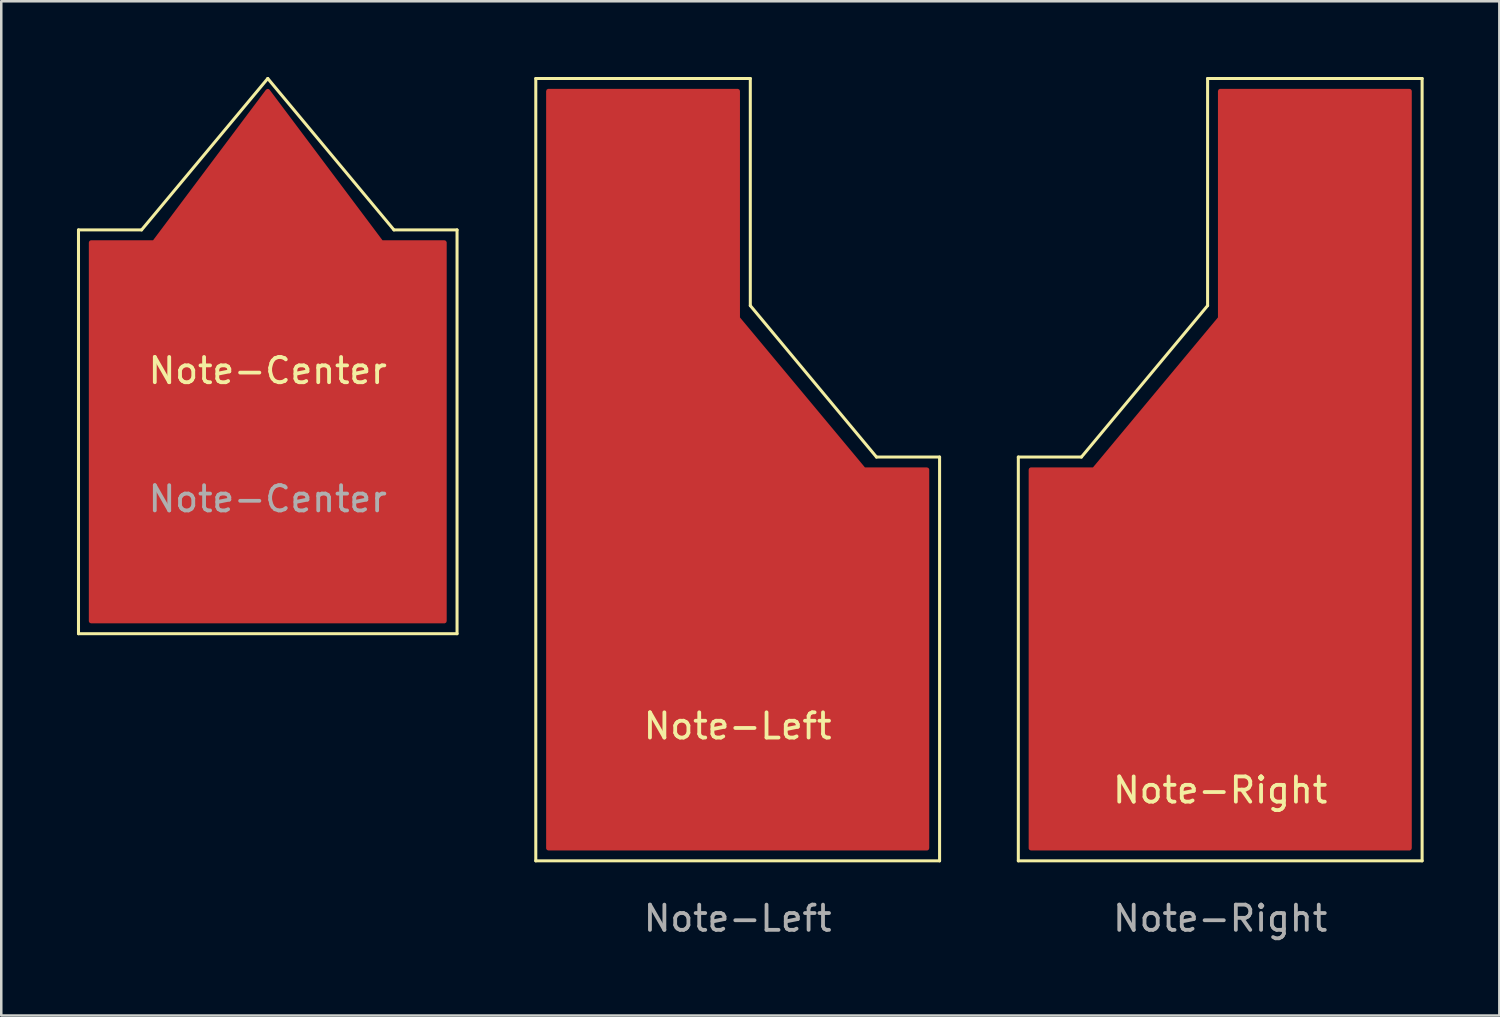
<source format=kicad_pcb>
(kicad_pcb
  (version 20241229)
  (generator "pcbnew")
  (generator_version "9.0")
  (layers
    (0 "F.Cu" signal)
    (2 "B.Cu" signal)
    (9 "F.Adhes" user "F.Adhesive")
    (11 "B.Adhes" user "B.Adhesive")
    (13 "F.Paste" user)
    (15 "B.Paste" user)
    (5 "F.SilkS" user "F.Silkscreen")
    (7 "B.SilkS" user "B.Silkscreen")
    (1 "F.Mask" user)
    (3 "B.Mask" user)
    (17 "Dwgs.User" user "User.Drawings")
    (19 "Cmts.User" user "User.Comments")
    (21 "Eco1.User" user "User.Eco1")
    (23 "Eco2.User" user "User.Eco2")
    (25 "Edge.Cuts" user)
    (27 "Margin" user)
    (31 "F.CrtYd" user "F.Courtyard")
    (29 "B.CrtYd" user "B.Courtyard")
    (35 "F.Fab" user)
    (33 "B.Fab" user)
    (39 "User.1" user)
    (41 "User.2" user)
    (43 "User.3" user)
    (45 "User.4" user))
  (footprint "Note-Center"
    (layer "F.Cu")
    (at 7.56 6.56)
    (property "Reference" "Note-Center" (at 0 5.08 0) (unlocked yes) (layer "F.SilkS") (effects (font (size 1 1) (thickness 0.15))))
    (attr smd)
    (fp_line (start -7.5 -0.5) (end -5 -0.5) (stroke (width 0.12) (type solid)) (layer "F.SilkS"))
    (fp_line (start -7.5 15.5) (end -7.5 -0.5) (stroke (width 0.12) (type solid)) (layer "F.SilkS"))
    (fp_line (start -7.5 15.5) (end 7.5 15.5) (stroke (width 0.12) (type solid)) (layer "F.SilkS"))
    (fp_line (start -5 -0.5) (end 0 -6.5) (stroke (width 0.12) (type solid)) (layer "F.SilkS"))
    (fp_line (start 0 -6.5) (end 5 -0.5) (stroke (width 0.12) (type solid)) (layer "F.SilkS"))
    (fp_line (start 5 -0.5) (end 7.5 -0.5) (stroke (width 0.12) (type solid)) (layer "F.SilkS"))
    (fp_line (start 7.5 15.5) (end 7.5 -0.5) (stroke (width 0.12) (type solid)) (layer "F.SilkS"))
    (fp_text user "${REFERENCE}" (at 0 10.16 0) (unlocked yes) (layer "F.Fab") (effects (font (size 1 1) (thickness 0.15))))
    (pad "1" smd custom (at 0 0) (size 2.286 1.524) (layers "F.Cu" "F.Mask" "F.Paste") (options (anchor rect)) (primitives (gr_poly (pts (xy 7 15) (xy -7 15) (xy -7 0) (xy -4.5 0) (xy 0 -6) (xy 4.5 0) (xy 7 0)) (width 0.18) (fill yes)))))
  (footprint "Note-Left"
    (layer "F.Cu")
    (at 26.18 15.56)
    (property "Reference" "Note-Left" (at 0 10.16 0) (unlocked yes) (layer "F.SilkS") (effects (font (size 1 1) (thickness 0.15))))
    (attr smd)
    (fp_line (start -8 -15.5) (end 0.5 -15.5) (stroke (width 0.12) (type solid)) (layer "F.SilkS"))
    (fp_line (start -8 15.5) (end -8 -15.5) (stroke (width 0.12) (type solid)) (layer "F.SilkS"))
    (fp_line (start 0.5 -15.5) (end 0.5 -6.5) (stroke (width 0.12) (type solid)) (layer "F.SilkS"))
    (fp_line (start 0.5 -6.5) (end 5.5 -0.5) (stroke (width 0.12) (type solid)) (layer "F.SilkS"))
    (fp_line (start 5.5 -0.5) (end 8 -0.5) (stroke (width 0.12) (type solid)) (layer "F.SilkS"))
    (fp_line (start 8 -0.5) (end 8 15.5) (stroke (width 0.12) (type solid)) (layer "F.SilkS"))
    (fp_line (start 8 15.5) (end -8 15.5) (stroke (width 0.12) (type solid)) (layer "F.SilkS"))
    (fp_text user "${REFERENCE}" (at 0 17.78 0) (unlocked yes) (layer "F.Fab") (effects (font (size 1 1) (thickness 0.15))))
    (pad "1" smd custom (at 0 0) (size 0.001 0.001) (layers "F.Cu" "F.Mask" "F.Paste") (options (anchor rect)) (primitives (gr_poly (pts (xy -7.5 -15) (xy -7.5 15) (xy 7.5 15) (xy 7.5 0) (xy 5 0) (xy 0 -6) (xy 0 -15)) (width 0.18) (fill yes)))))
  (footprint "Note-Right"
    (layer "F.Cu")
    (at 45.3 15.56)
    (property "Reference" "Note-Right" (at 0 12.7 0) (unlocked yes) (layer "F.SilkS") (effects (font (size 1 1) (thickness 0.15))))
    (attr smd)
    (fp_line (start -8 -0.5) (end -5.5 -0.5) (stroke (width 0.12) (type solid)) (layer "F.SilkS"))
    (fp_line (start -8 15.5) (end -8 -0.5) (stroke (width 0.12) (type solid)) (layer "F.SilkS"))
    (fp_line (start -5.5 -0.5) (end -0.5 -6.5) (stroke (width 0.12) (type solid)) (layer "F.SilkS"))
    (fp_line (start -0.5 -15.5) (end -0.5 -6.5) (stroke (width 0.12) (type solid)) (layer "F.SilkS"))
    (fp_line (start -0.5 -15.5) (end 8 -15.5) (stroke (width 0.12) (type solid)) (layer "F.SilkS"))
    (fp_line (start 8 -15.5) (end 8 15.5) (stroke (width 0.12) (type solid)) (layer "F.SilkS"))
    (fp_line (start 8 15.5) (end -8 15.5) (stroke (width 0.12) (type solid)) (layer "F.SilkS"))
    (fp_text user "${REFERENCE}" (at 0 17.78 0) (unlocked yes) (layer "F.Fab") (effects (font (size 1 1) (thickness 0.15))))
    (pad "1" smd custom (at 0 0) (size 0.001 0.001) (layers "F.Cu" "F.Mask" "F.Paste") (options (anchor rect)) (primitives (gr_poly (pts (xy 7.5 -15) (xy 7.5 15) (xy -7.5 15) (xy -7.5 0) (xy -5 0) (xy 0 -6) (xy 0 -15)) (width 0.18) (fill yes)))))
  (gr_rect
    (start -3 -3)
    (end 56.36 37.188)
    (stroke (width 0.1) (type default))
    (fill no)
    (layer "Edge.Cuts")))
</source>
